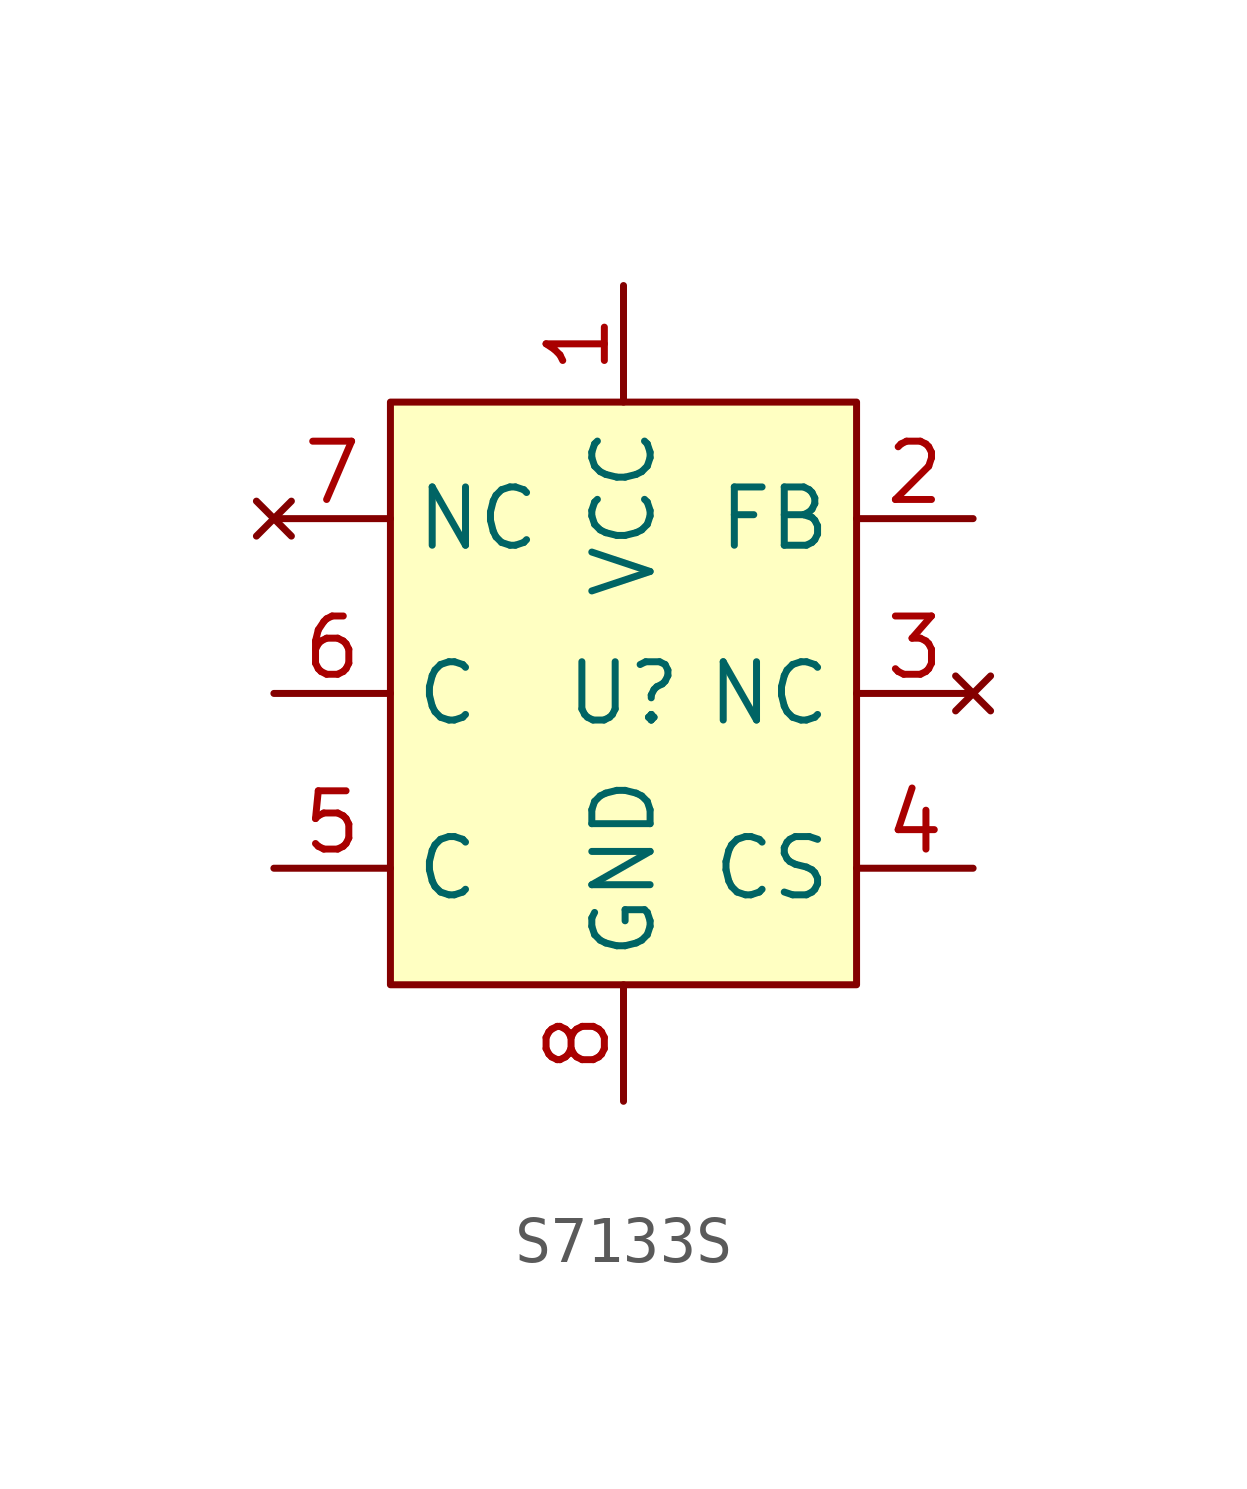
<source format=kicad_sym>
(kicad_symbol_lib
  (version 20231120)
  (generator "kicad_symbol_editor")
  (generator_version "8.0")
  (symbol "S7133S"
    (property "Reference" "U"
      (at 0 -7.62 0)
      (effects (font (size 1.27 1.27))))
    (property "Value" ""
      (at 0 0 0)
      (effects (font (size 1.27 1.27))))
    (symbol "S7133S_0_1"
      (rectangle (start -5.08 -1.27) (end 5.08 -13.97) (stroke (width 0) (type default)) (fill (type background))))
    (symbol "S7133S_1_1"
      (pin input line (at 0 1.27 270) (length 2.54) (name "VCC" (effects (font (size 1.27 1.27)))) (number "1" (effects (font (size 1.27 1.27)))))
      (pin input line (at 7.62 -3.81 180) (length 2.54) (name "FB" (effects (font (size 1.27 1.27)))) (number "2" (effects (font (size 1.27 1.27)))))
      (pin no_connect line (at 7.62 -7.62 180) (length 2.54) (name "NC" (effects (font (size 1.27 1.27)))) (number "3" (effects (font (size 1.27 1.27)))))
      (pin output line (at 7.62 -11.43 180) (length 2.54) (name "CS" (effects (font (size 1.27 1.27)))) (number "4" (effects (font (size 1.27 1.27)))))
      (pin input line (at -7.62 -11.43 0) (length 2.54) (name "C" (effects (font (size 1.27 1.27)))) (number "5" (effects (font (size 1.27 1.27)))))
      (pin input line (at -7.62 -7.62 0) (length 2.54) (name "C" (effects (font (size 1.27 1.27)))) (number "6" (effects (font (size 1.27 1.27)))))
      (pin no_connect line (at -7.62 -3.81 0) (length 2.54) (name "NC" (effects (font (size 1.27 1.27)))) (number "7" (effects (font (size 1.27 1.27)))))
      (pin input line (at 0 -16.51 90) (length 2.54) (name "GND" (effects (font (size 1.27 1.27)))) (number "8" (effects (font (size 1.27 1.27))))))))
</source>
